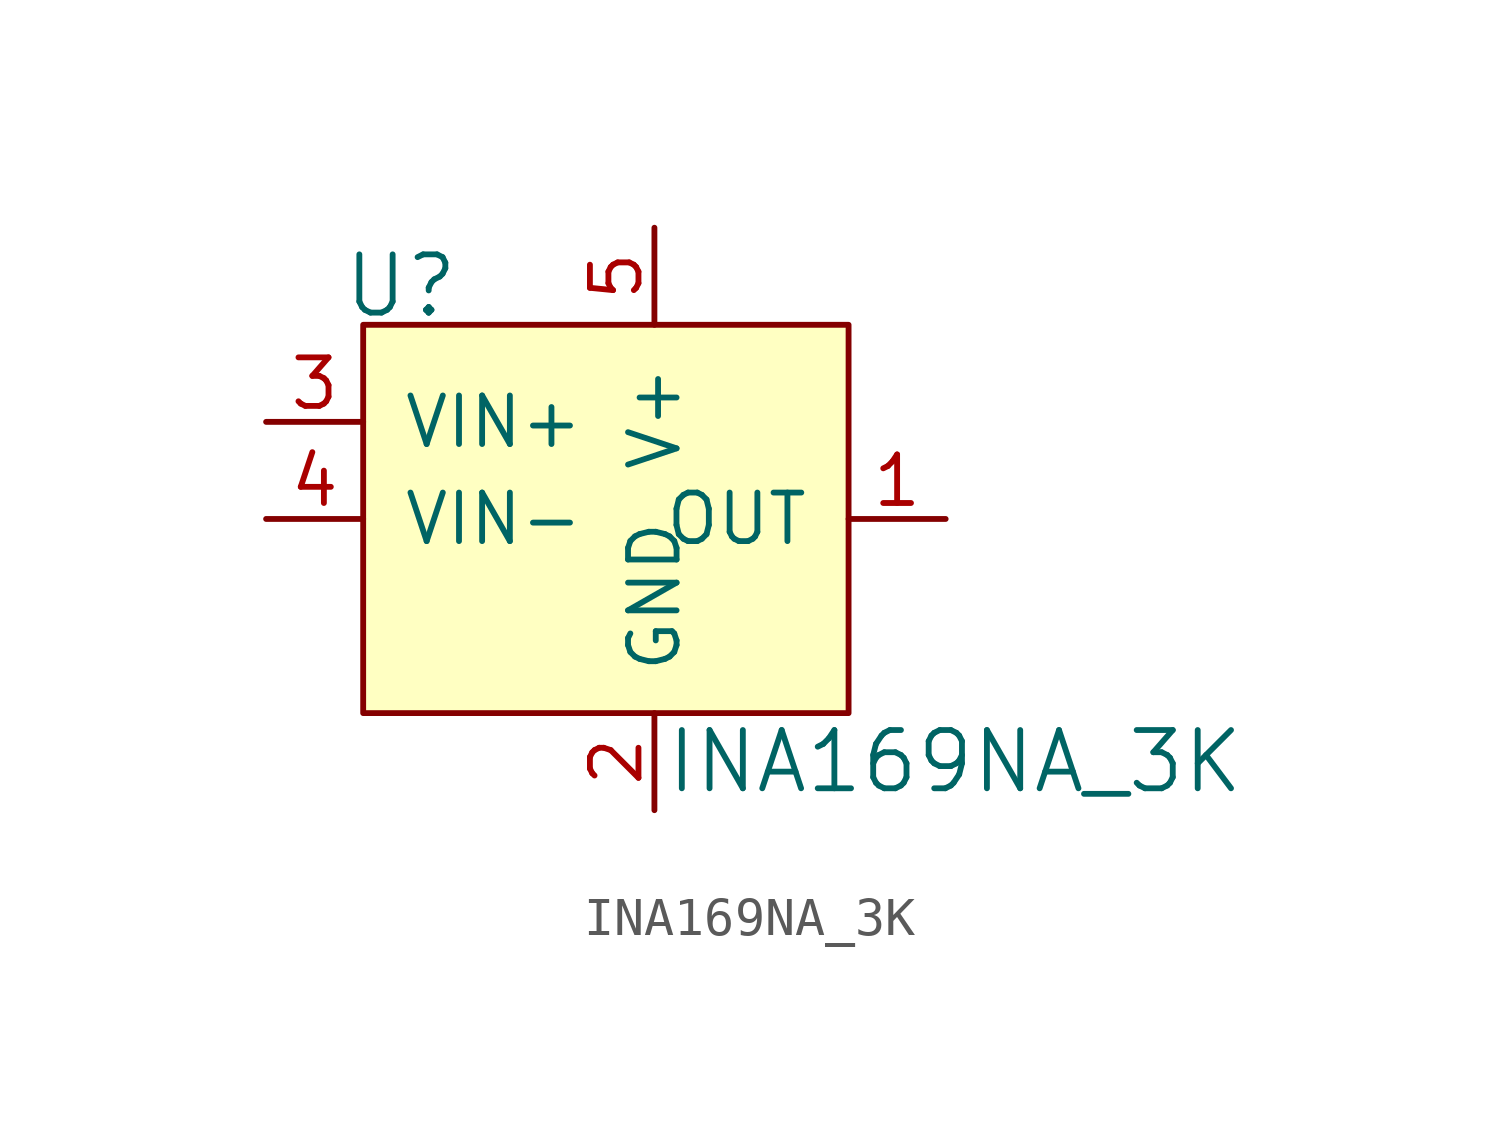
<source format=kicad_sym>
(kicad_symbol_lib
  (version 20211014)
  (generator kicad_symbol_editor)
  (symbol "INA169NA_3K"
    (pin_names
      (offset 1.016))
    (property "Reference" "U"
      (at -5.08 11.176 0)
      (effects (font (size 1.524 1.524)) (justify right)))
    (property "Value" "INA169NA_3K"
      (at 0.254 -1.27 0)
      (effects (font (size 1.524 1.524)) (justify left)))
    (symbol "INA169NA_3K_0_1"
      (rectangle (start -7.62 10.16) (end 5.08 0) (stroke (width 0) (type default) (color 0 0 0 0)) (fill (type background))))
    (symbol "INA169NA_3K_1_1"
      (pin power_out line (at 7.62 5.08 180) (length 2.54) (name "OUT" (effects (font (size 1.27 1.27)))) (number "1" (effects (font (size 1.27 1.27)))))
      (pin power_in line (at 0 -2.54 90) (length 2.54) (name "GND" (effects (font (size 1.27 1.27)))) (number "2" (effects (font (size 1.27 1.27)))))
      (pin passive line (at -10.16 7.62 0) (length 2.54) (name "VIN+" (effects (font (size 1.27 1.27)))) (number "3" (effects (font (size 1.27 1.27)))))
      (pin passive line (at -10.16 5.08 0) (length 2.54) (name "VIN-" (effects (font (size 1.27 1.27)))) (number "4" (effects (font (size 1.27 1.27)))))
      (pin power_in line (at 0 12.7 270) (length 2.54) (name "V+" (effects (font (size 1.27 1.27)))) (number "5" (effects (font (size 1.27 1.27))))))))
</source>
